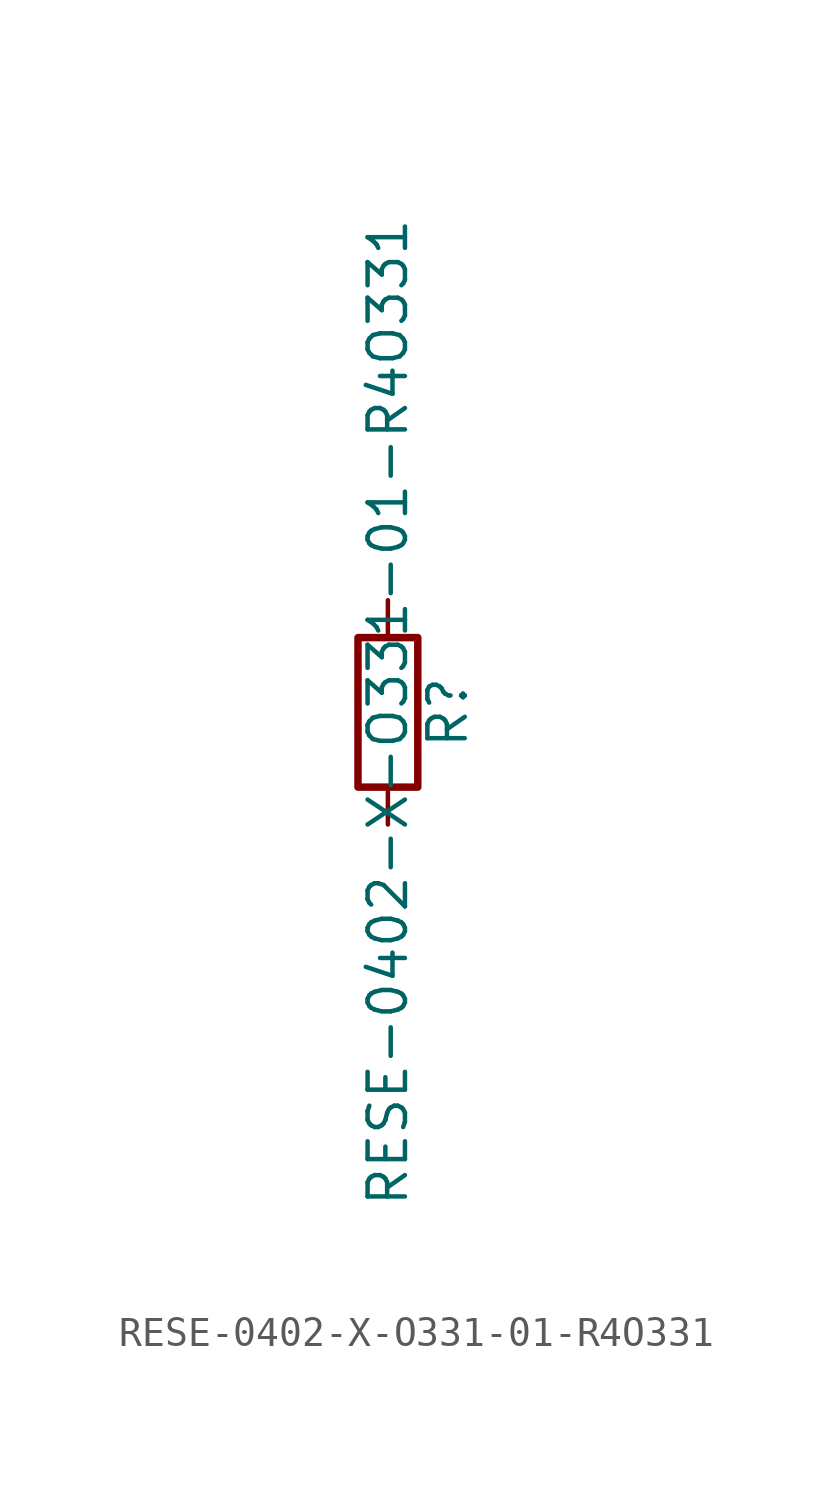
<source format=kicad_sym>
(kicad_symbol_lib
  (version 20211014)
  (generator kicad_symbol_editor)
  (symbol "RESE-0402-X-O331-01-R4O331"
    (pin_numbers hide)
    (pin_names
      (offset 0))
    (property "Reference" "R"
      (at 2.032 0 90)
      (effects (font (size 1.27 1.27))))
    (property "Value" "RESE-0402-X-O331-01-R4O331"
      (at 0 0 90)
      (effects (font (size 1.27 1.27))))
    (symbol "RESE-0402-X-O331-01-R4O331_0_1"
      (rectangle (start -1.016 -2.54) (end 1.016 2.54) (stroke (width 0.254) (type default) (color 0 0 0 0)) (fill (type none))))
    (symbol "RESE-0402-X-O331-01-R4O331_1_1"
      (pin passive line (at 0 3.81 270) (length 1.27) (name "~" (effects (font (size 1.27 1.27)))) (number "1" (effects (font (size 1.27 1.27)))))
      (pin passive line (at 0 -3.81 90) (length 1.27) (name "~" (effects (font (size 1.27 1.27)))) (number "2" (effects (font (size 1.27 1.27))))))))
</source>
